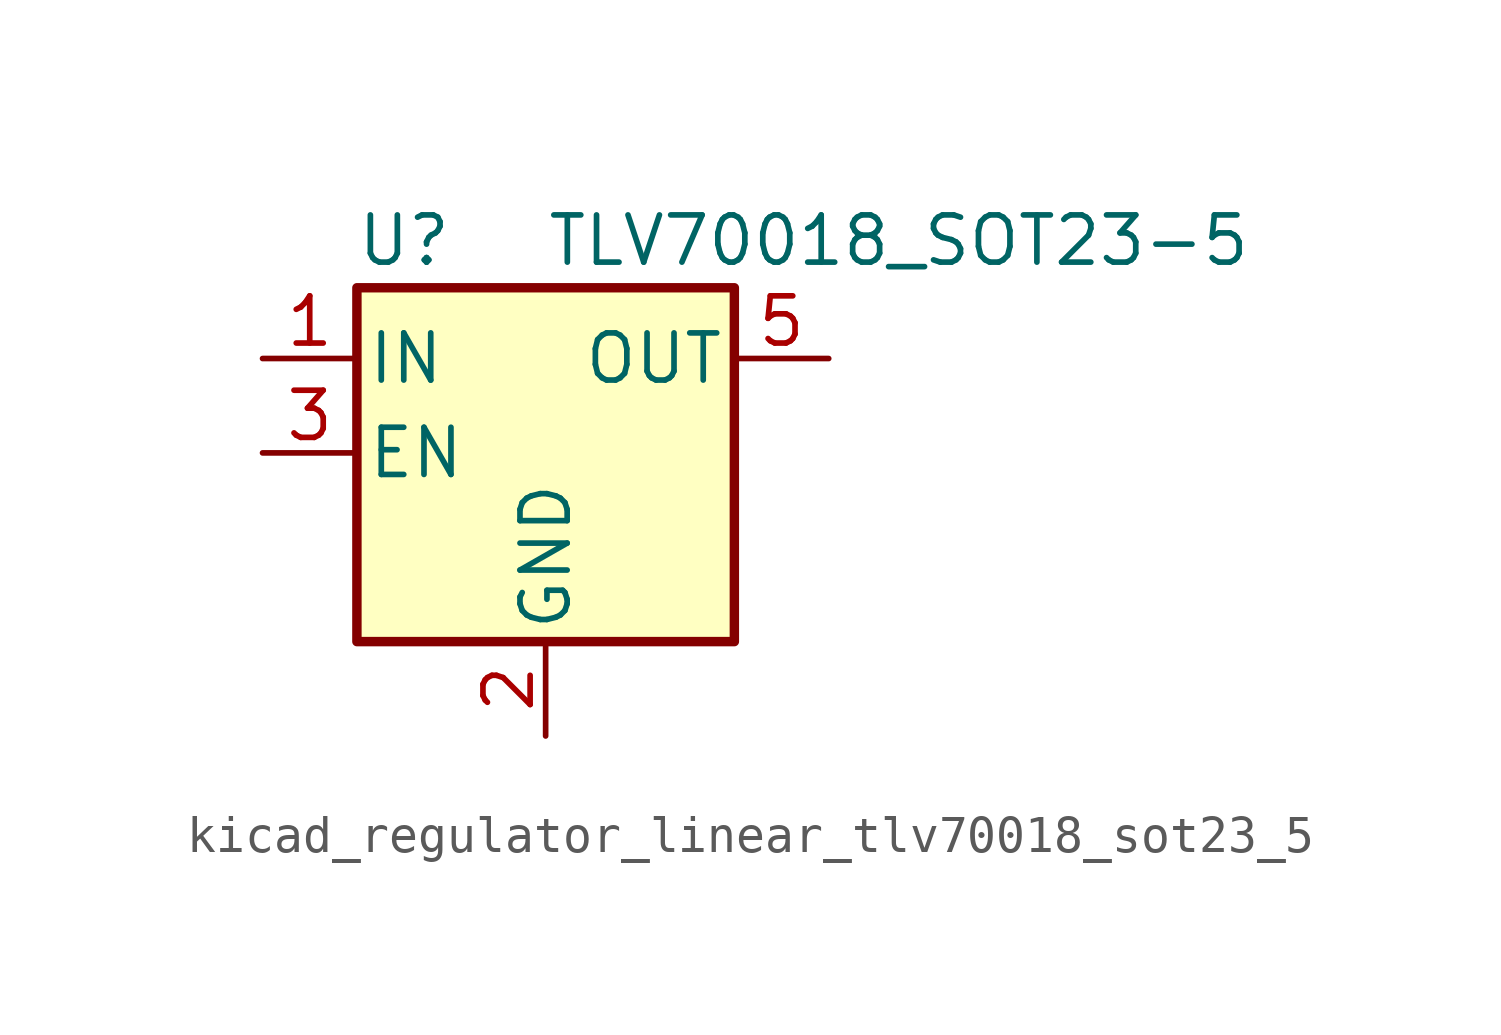
<source format=kicad_sym>
(kicad_symbol_lib
  (version 20220914)
  (generator kicad_symbol_editor)
  (symbol "kicad_regulator_linear_tlv70018_sot23_5"
    (pin_names
      (offset 0.254))
    (property "Reference" "U"
      (at -3.81 5.715 0)
      (effects (font (size 1.27 1.27))))
    (property "Value" "TLV70018_SOT23-5"
      (at 0 5.715 0)
      (effects (font (size 1.27 1.27)) (justify left)))
    (symbol "kicad_regulator_linear_tlv70018_sot23_5_0_1"
      (rectangle (start -5.08 4.445) (end 5.08 -5.08) (stroke (width 0.254) (type default)) (fill (type background))))
    (symbol "kicad_regulator_linear_tlv70018_sot23_5_1_1"
      (pin power_in line (at -7.62 2.54 0) (length 2.54) (name "IN" (effects (font (size 1.27 1.27)))) (number "1" (effects (font (size 1.27 1.27)))))
      (pin power_in line (at 0 -7.62 90) (length 2.54) (name "GND" (effects (font (size 1.27 1.27)))) (number "2" (effects (font (size 1.27 1.27)))))
      (pin input line (at -7.62 0 0) (length 2.54) (name "EN" (effects (font (size 1.27 1.27)))) (number "3" (effects (font (size 1.27 1.27)))))
      (pin no_connect line (at 5.08 0 180) (length 2.54) hide (name "NC" (effects (font (size 1.27 1.27)))) (number "4" (effects (font (size 1.27 1.27)))))
      (pin power_out line (at 7.62 2.54 180) (length 2.54) (name "OUT" (effects (font (size 1.27 1.27)))) (number "5" (effects (font (size 1.27 1.27))))))))
</source>
